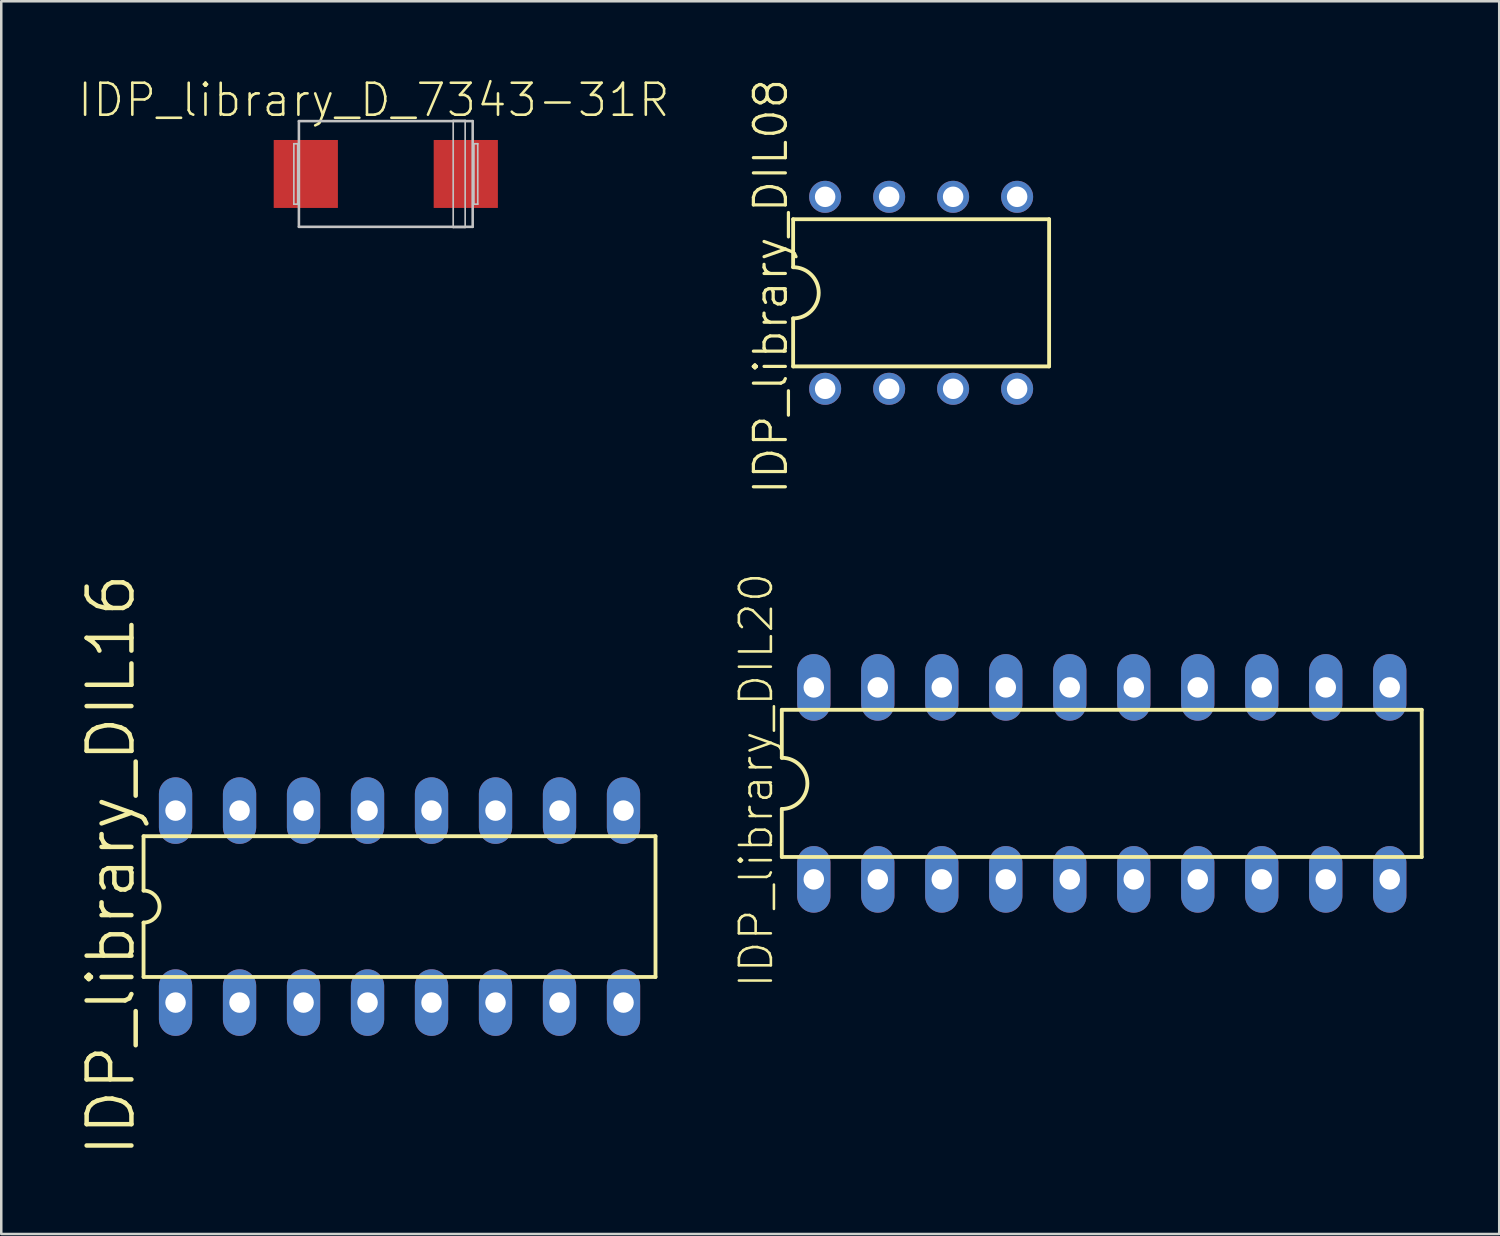
<source format=kicad_pcb>
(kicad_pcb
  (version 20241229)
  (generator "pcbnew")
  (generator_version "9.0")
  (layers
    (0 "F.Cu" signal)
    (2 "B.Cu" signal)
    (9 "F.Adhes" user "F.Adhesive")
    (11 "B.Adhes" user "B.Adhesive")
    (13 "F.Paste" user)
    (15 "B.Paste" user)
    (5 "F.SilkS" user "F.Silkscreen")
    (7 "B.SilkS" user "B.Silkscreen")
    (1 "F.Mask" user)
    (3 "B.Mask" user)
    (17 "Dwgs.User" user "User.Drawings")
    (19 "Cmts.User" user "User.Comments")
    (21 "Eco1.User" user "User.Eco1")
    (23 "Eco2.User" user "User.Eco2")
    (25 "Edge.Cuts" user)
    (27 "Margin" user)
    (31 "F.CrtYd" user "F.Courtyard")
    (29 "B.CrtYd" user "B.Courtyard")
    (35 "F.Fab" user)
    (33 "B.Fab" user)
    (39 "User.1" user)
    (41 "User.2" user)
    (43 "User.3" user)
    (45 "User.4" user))
  (footprint "IDP_library_DIL16"
    (layer "F.Cu")
    (at 12.808 32.934)
    (property "Reference" "IDP_library_DIL16" (at -11.455 -1.651 90) (layer "F.SilkS") (effects (font (size 1.778 1.778) (thickness 0.178))))
    (attr exclude_from_pos_files exclude_from_bom)
    (fp_line (start -10.16 -2.794) (end -10.16 -0.635) (stroke (width 0.152) (type solid)) (layer "F.SilkS"))
    (fp_line (start -10.16 0.635) (end -10.16 2.794) (stroke (width 0.152) (type solid)) (layer "F.SilkS"))
    (fp_line (start -10.16 2.794) (end 10.16 2.794) (stroke (width 0.152) (type solid)) (layer "F.SilkS"))
    (fp_line (start 10.16 -2.794) (end -10.16 -2.794) (stroke (width 0.152) (type solid)) (layer "F.SilkS"))
    (fp_line (start 10.16 2.794) (end 10.16 -2.794) (stroke (width 0.152) (type solid)) (layer "F.SilkS"))
    (fp_arc (start -10.16 -0.635) (mid -9.525 0) (end -10.16 0.635) (stroke (width 0.1524) (type solid)) (layer "F.SilkS"))
    (pad "1" thru_hole oval (at -8.89 3.81 180) (size 1.321 2.642) (drill 0.813) (layers "*.Cu" "*.Paste" "*.Mask"))
    (pad "2" thru_hole oval (at -6.35 3.81 180) (size 1.321 2.642) (drill 0.813) (layers "*.Cu" "*.Paste" "*.Mask"))
    (pad "3" thru_hole oval (at -3.81 3.81 180) (size 1.321 2.642) (drill 0.813) (layers "*.Cu" "*.Paste" "*.Mask"))
    (pad "4" thru_hole oval (at -1.27 3.81 180) (size 1.321 2.642) (drill 0.813) (layers "*.Cu" "*.Paste" "*.Mask"))
    (pad "5" thru_hole oval (at 1.27 3.81 180) (size 1.321 2.642) (drill 0.813) (layers "*.Cu" "*.Paste" "*.Mask"))
    (pad "6" thru_hole oval (at 3.81 3.81 180) (size 1.321 2.642) (drill 0.813) (layers "*.Cu" "*.Paste" "*.Mask"))
    (pad "7" thru_hole oval (at 6.35 3.81 180) (size 1.321 2.642) (drill 0.813) (layers "*.Cu" "*.Paste" "*.Mask"))
    (pad "8" thru_hole oval (at 8.89 3.81 180) (size 1.321 2.642) (drill 0.813) (layers "*.Cu" "*.Paste" "*.Mask"))
    (pad "9" thru_hole oval (at 8.89 -3.81 180) (size 1.321 2.642) (drill 0.813) (layers "*.Cu" "*.Paste" "*.Mask"))
    (pad "10" thru_hole oval (at 6.35 -3.81 180) (size 1.321 2.642) (drill 0.813) (layers "*.Cu" "*.Paste" "*.Mask"))
    (pad "11" thru_hole oval (at 3.81 -3.81 180) (size 1.321 2.642) (drill 0.813) (layers "*.Cu" "*.Paste" "*.Mask"))
    (pad "12" thru_hole oval (at 1.27 -3.81 180) (size 1.321 2.642) (drill 0.813) (layers "*.Cu" "*.Paste" "*.Mask"))
    (pad "13" thru_hole oval (at -1.27 -3.81 180) (size 1.321 2.642) (drill 0.813) (layers "*.Cu" "*.Paste" "*.Mask"))
    (pad "14" thru_hole oval (at -3.81 -3.81 180) (size 1.321 2.642) (drill 0.813) (layers "*.Cu" "*.Paste" "*.Mask"))
    (pad "15" thru_hole oval (at -6.35 -3.81 180) (size 1.321 2.642) (drill 0.813) (layers "*.Cu" "*.Paste" "*.Mask"))
    (pad "16" thru_hole oval (at -8.89 -3.81 180) (size 1.321 2.642) (drill 0.813) (layers "*.Cu" "*.Paste" "*.Mask")))
  (footprint "IDP_library_DIL20"
    (layer "F.Cu")
    (at 40.681 28.044)
    (property "Reference" "IDP_library_DIL20" (at -13.716 -0.127 90) (layer "F.SilkS") (effects (font (size 1.27 1.27) (thickness 0.102))))
    (attr exclude_from_pos_files exclude_from_bom)
    (fp_line (start -12.7 -2.921) (end -12.7 -1.016) (stroke (width 0.152) (type solid)) (layer "F.SilkS"))
    (fp_line (start -12.7 2.921) (end -12.7 1.016) (stroke (width 0.152) (type solid)) (layer "F.SilkS"))
    (fp_line (start -12.7 2.921) (end 12.7 2.921) (stroke (width 0.152) (type solid)) (layer "F.SilkS"))
    (fp_line (start 12.7 -2.921) (end -12.7 -2.921) (stroke (width 0.152) (type solid)) (layer "F.SilkS"))
    (fp_line (start 12.7 -2.921) (end 12.7 2.921) (stroke (width 0.152) (type solid)) (layer "F.SilkS"))
    (fp_arc (start -12.7 -1.016) (mid -11.684 0) (end -12.7 1.016) (stroke (width 0.1524) (type solid)) (layer "F.SilkS"))
    (pad "1" thru_hole oval (at -11.43 3.81 180) (size 1.321 2.642) (drill 0.813) (layers "*.Cu" "*.Paste" "*.Mask"))
    (pad "2" thru_hole oval (at -8.89 3.81 180) (size 1.321 2.642) (drill 0.813) (layers "*.Cu" "*.Paste" "*.Mask"))
    (pad "3" thru_hole oval (at -6.35 3.81 180) (size 1.321 2.642) (drill 0.813) (layers "*.Cu" "*.Paste" "*.Mask"))
    (pad "4" thru_hole oval (at -3.81 3.81 180) (size 1.321 2.642) (drill 0.813) (layers "*.Cu" "*.Paste" "*.Mask"))
    (pad "5" thru_hole oval (at -1.27 3.81 180) (size 1.321 2.642) (drill 0.813) (layers "*.Cu" "*.Paste" "*.Mask"))
    (pad "6" thru_hole oval (at 1.27 3.81 180) (size 1.321 2.642) (drill 0.813) (layers "*.Cu" "*.Paste" "*.Mask"))
    (pad "7" thru_hole oval (at 3.81 3.81 180) (size 1.321 2.642) (drill 0.813) (layers "*.Cu" "*.Paste" "*.Mask"))
    (pad "8" thru_hole oval (at 6.35 3.81 180) (size 1.321 2.642) (drill 0.813) (layers "*.Cu" "*.Paste" "*.Mask"))
    (pad "9" thru_hole oval (at 8.89 3.81 180) (size 1.321 2.642) (drill 0.813) (layers "*.Cu" "*.Paste" "*.Mask"))
    (pad "10" thru_hole oval (at 11.43 3.81 180) (size 1.321 2.642) (drill 0.813) (layers "*.Cu" "*.Paste" "*.Mask"))
    (pad "11" thru_hole oval (at 11.43 -3.81 180) (size 1.321 2.642) (drill 0.813) (layers "*.Cu" "*.Paste" "*.Mask"))
    (pad "12" thru_hole oval (at 8.89 -3.81 180) (size 1.321 2.642) (drill 0.813) (layers "*.Cu" "*.Paste" "*.Mask"))
    (pad "13" thru_hole oval (at 6.35 -3.81 180) (size 1.321 2.642) (drill 0.813) (layers "*.Cu" "*.Paste" "*.Mask"))
    (pad "14" thru_hole oval (at 3.81 -3.81 180) (size 1.321 2.642) (drill 0.813) (layers "*.Cu" "*.Paste" "*.Mask"))
    (pad "15" thru_hole oval (at 1.27 -3.81 180) (size 1.321 2.642) (drill 0.813) (layers "*.Cu" "*.Paste" "*.Mask"))
    (pad "16" thru_hole oval (at -1.27 -3.81 180) (size 1.321 2.642) (drill 0.813) (layers "*.Cu" "*.Paste" "*.Mask"))
    (pad "17" thru_hole oval (at -3.81 -3.81 180) (size 1.321 2.642) (drill 0.813) (layers "*.Cu" "*.Paste" "*.Mask"))
    (pad "18" thru_hole oval (at -6.35 -3.81 180) (size 1.321 2.642) (drill 0.813) (layers "*.Cu" "*.Paste" "*.Mask"))
    (pad "19" thru_hole oval (at -8.89 -3.81 180) (size 1.321 2.642) (drill 0.813) (layers "*.Cu" "*.Paste" "*.Mask"))
    (pad "20" thru_hole oval (at -11.43 -3.81 180) (size 1.321 2.642) (drill 0.813) (layers "*.Cu" "*.Paste" "*.Mask")))
  (footprint "IDP_library_DIL08"
    (layer "F.Cu")
    (at 33.511 8.572)
    (property "Reference" "IDP_library_DIL08" (at -5.969 -0.254 90) (layer "F.SilkS") (effects (font (size 1.27 1.27) (thickness 0.127))))
    (attr exclude_from_pos_files exclude_from_bom)
    (fp_line (start -5.08 -2.921) (end -5.08 -1.016) (stroke (width 0.152) (type solid)) (layer "F.SilkS"))
    (fp_line (start -5.08 2.921) (end -5.08 1.016) (stroke (width 0.152) (type solid)) (layer "F.SilkS"))
    (fp_line (start -5.08 2.921) (end 5.08 2.921) (stroke (width 0.152) (type solid)) (layer "F.SilkS"))
    (fp_line (start 5.08 -2.921) (end -5.08 -2.921) (stroke (width 0.152) (type solid)) (layer "F.SilkS"))
    (fp_line (start 5.08 -2.921) (end 5.08 2.921) (stroke (width 0.152) (type solid)) (layer "F.SilkS"))
    (fp_arc (start -5.08 -1.016) (mid -4.064 0) (end -5.08 1.016) (stroke (width 0.1524) (type solid)) (layer "F.SilkS"))
    (pad "1" thru_hole circle (at -3.81 3.81) (size 1.27 1.27) (drill 0.813) (layers "*.Cu" "*.Paste" "*.Mask"))
    (pad "2" thru_hole circle (at -1.27 3.81) (size 1.27 1.27) (drill 0.813) (layers "*.Cu" "*.Paste" "*.Mask"))
    (pad "3" thru_hole circle (at 1.27 3.81) (size 1.27 1.27) (drill 0.813) (layers "*.Cu" "*.Paste" "*.Mask"))
    (pad "4" thru_hole circle (at 3.81 3.81) (size 1.27 1.27) (drill 0.813) (layers "*.Cu" "*.Paste" "*.Mask"))
    (pad "5" thru_hole circle (at 3.81 -3.81) (size 1.27 1.27) (drill 0.813) (layers "*.Cu" "*.Paste" "*.Mask"))
    (pad "6" thru_hole circle (at 1.27 -3.81) (size 1.27 1.27) (drill 0.813) (layers "*.Cu" "*.Paste" "*.Mask"))
    (pad "7" thru_hole circle (at -1.27 -3.81) (size 1.27 1.27) (drill 0.813) (layers "*.Cu" "*.Paste" "*.Mask"))
    (pad "8" thru_hole circle (at -3.81 -3.81) (size 1.27 1.27) (drill 0.813) (layers "*.Cu" "*.Paste" "*.Mask")))
  (footprint "IDP_library_D_7343-31R"
    (layer "F.Cu")
    (at 12.263 3.855)
    (property "Reference" "IDP_library_D_7343-31R" (at -0.475 -2.934 0) (layer "F.SilkS") (effects (font (size 1.27 1.27) (thickness 0.102))))
    (attr smd)
    (fp_line (start -3.65 -1.199) (end -3.498 -1.199) (stroke (width 0.066) (type solid)) (layer "Dwgs.User"))
    (fp_line (start -3.65 1.199) (end -3.65 -1.199) (stroke (width 0.066) (type solid)) (layer "Dwgs.User"))
    (fp_line (start -3.65 1.199) (end -3.498 1.199) (stroke (width 0.066) (type solid)) (layer "Dwgs.User"))
    (fp_line (start -3.498 1.199) (end -3.498 -1.199) (stroke (width 0.066) (type solid)) (layer "Dwgs.User"))
    (fp_line (start -3.449 -2.098) (end 3.449 -2.098) (stroke (width 0.102) (type solid)) (layer "Dwgs.User"))
    (fp_line (start -3.449 2.098) (end -3.449 -2.098) (stroke (width 0.102) (type solid)) (layer "Dwgs.User"))
    (fp_line (start 2.675 -2.123) (end 3.15 -2.123) (stroke (width 0.066) (type solid)) (layer "Dwgs.User"))
    (fp_line (start 2.675 2.123) (end 2.675 -2.123) (stroke (width 0.066) (type solid)) (layer "Dwgs.User"))
    (fp_line (start 2.675 2.123) (end 3.15 2.123) (stroke (width 0.066) (type solid)) (layer "Dwgs.User"))
    (fp_line (start 3.15 2.123) (end 3.15 -2.123) (stroke (width 0.066) (type solid)) (layer "Dwgs.User"))
    (fp_line (start 3.449 -2.098) (end 3.449 2.098) (stroke (width 0.102) (type solid)) (layer "Dwgs.User"))
    (fp_line (start 3.449 2.098) (end -3.449 2.098) (stroke (width 0.102) (type solid)) (layer "Dwgs.User"))
    (fp_line (start 3.498 -1.199) (end 3.65 -1.199) (stroke (width 0.066) (type solid)) (layer "Dwgs.User"))
    (fp_line (start 3.498 1.199) (end 3.498 -1.199) (stroke (width 0.066) (type solid)) (layer "Dwgs.User"))
    (fp_line (start 3.498 1.199) (end 3.65 1.199) (stroke (width 0.066) (type solid)) (layer "Dwgs.User"))
    (fp_line (start 3.65 1.199) (end 3.65 -1.199) (stroke (width 0.066) (type solid)) (layer "Dwgs.User"))
    (pad "+" smd rect (at 3.175 0) (size 2.548 2.697) (layers "F.Cu" "F.Mask" "F.Paste"))
    (pad "-" smd rect (at -3.175 0) (size 2.548 2.697) (layers "F.Cu" "F.Mask" "F.Paste")))
  (gr_rect
    (start -3 -3)
    (end 56.457 45.929)
    (stroke (width 0.1) (type default))
    (fill no)
    (layer "Edge.Cuts")))
</source>
